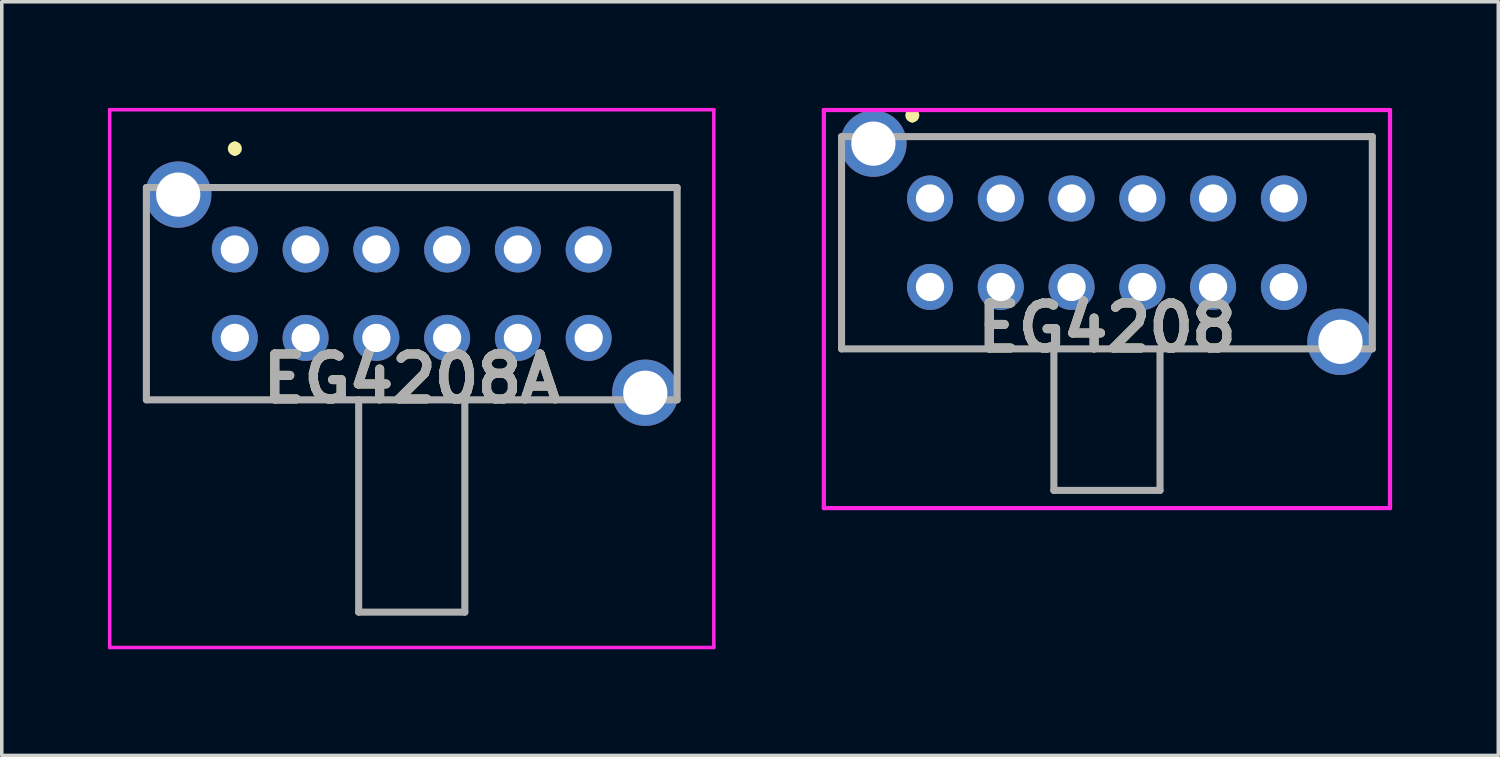
<source format=kicad_pcb>
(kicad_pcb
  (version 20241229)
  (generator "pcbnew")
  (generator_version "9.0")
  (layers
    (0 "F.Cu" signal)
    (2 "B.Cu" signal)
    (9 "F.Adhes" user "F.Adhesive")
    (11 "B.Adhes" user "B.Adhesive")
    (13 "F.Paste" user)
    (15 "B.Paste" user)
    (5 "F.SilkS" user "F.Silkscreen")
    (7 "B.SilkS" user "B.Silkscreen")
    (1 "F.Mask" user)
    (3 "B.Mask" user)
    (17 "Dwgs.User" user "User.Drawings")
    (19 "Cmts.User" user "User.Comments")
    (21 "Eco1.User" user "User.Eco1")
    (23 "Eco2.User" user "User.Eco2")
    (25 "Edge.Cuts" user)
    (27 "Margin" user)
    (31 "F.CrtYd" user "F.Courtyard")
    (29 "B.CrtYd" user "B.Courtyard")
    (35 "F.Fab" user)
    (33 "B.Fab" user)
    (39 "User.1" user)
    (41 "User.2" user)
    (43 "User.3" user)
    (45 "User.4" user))
  (footprint "EG4208A"
    (layer "F.Cu")
    (at 3.587 4)
    (property "Reference" "EG4208A" (at 5 3.65 0) (layer "F.SilkS") (effects (font (size 1.27 1.27) (thickness 0.254))))
    (attr through_hole)
    (fp_line (start -2.5 0) (end -2.5 4.25) (stroke (width 0.1) (type solid)) (layer "F.SilkS"))
    (fp_line (start -2.5 4.25) (end 9.5 4.25) (stroke (width 0.1) (type solid)) (layer "F.SilkS"))
    (fp_line (start 0 -2.95) (end 0 -2.95) (stroke (width 0.2) (type solid)) (layer "F.SilkS"))
    (fp_line (start 0 -2.75) (end 0 -2.75) (stroke (width 0.2) (type solid)) (layer "F.SilkS"))
    (fp_line (start 0.5 -1.75) (end 12.5 -1.75) (stroke (width 0.1) (type solid)) (layer "F.SilkS"))
    (fp_line (start 12.5 -1.75) (end 12.5 2.5) (stroke (width 0.1) (type solid)) (layer "F.SilkS"))
    (fp_arc (start 0 -2.95) (mid 0.1 -2.85) (end 0 -2.75) (stroke (width 0.2) (type solid)) (layer "F.SilkS"))
    (fp_arc (start 0 -2.75) (mid -0.1 -2.85) (end 0 -2.95) (stroke (width 0.2) (type solid)) (layer "F.SilkS"))
    (fp_line (start -3.537 -3.95) (end 13.537 -3.95) (stroke (width 0.1) (type solid)) (layer "F.CrtYd"))
    (fp_line (start -3.537 11.25) (end -3.537 -3.95) (stroke (width 0.1) (type solid)) (layer "F.CrtYd"))
    (fp_line (start 13.537 -3.95) (end 13.537 11.25) (stroke (width 0.1) (type solid)) (layer "F.CrtYd"))
    (fp_line (start 13.537 11.25) (end -3.537 11.25) (stroke (width 0.1) (type solid)) (layer "F.CrtYd"))
    (fp_line (start -2.5 -1.75) (end 12.5 -1.75) (stroke (width 0.2) (type solid)) (layer "F.Fab"))
    (fp_line (start -2.5 4.25) (end -2.5 -1.75) (stroke (width 0.2) (type solid)) (layer "F.Fab"))
    (fp_line (start 3.5 4.25) (end 3.5 10.25) (stroke (width 0.2) (type solid)) (layer "F.Fab"))
    (fp_line (start 3.5 10.25) (end 6.5 10.25) (stroke (width 0.2) (type solid)) (layer "F.Fab"))
    (fp_line (start 6.5 10.25) (end 6.5 4.25) (stroke (width 0.2) (type solid)) (layer "F.Fab"))
    (fp_line (start 12.5 -1.75) (end 12.5 4.25) (stroke (width 0.2) (type solid)) (layer "F.Fab"))
    (fp_line (start 12.5 4.25) (end -2.5 4.25) (stroke (width 0.2) (type solid)) (layer "F.Fab"))
    (fp_text user "${REFERENCE}" (at 5 3.65 0) (layer "F.Fab") (effects (font (size 1.27 1.27) (thickness 0.254))))
    (pad "1" thru_hole circle (at 0 0) (size 1.3 1.3) (drill 0.8) (layers "*.Cu" "*.Mask"))
    (pad "2" thru_hole circle (at 2 0) (size 1.3 1.3) (drill 0.8) (layers "*.Cu" "*.Mask"))
    (pad "3" thru_hole circle (at 4 0) (size 1.3 1.3) (drill 0.8) (layers "*.Cu" "*.Mask"))
    (pad "4" thru_hole circle (at 6 0) (size 1.3 1.3) (drill 0.8) (layers "*.Cu" "*.Mask"))
    (pad "5" thru_hole circle (at 8 0) (size 1.3 1.3) (drill 0.8) (layers "*.Cu" "*.Mask"))
    (pad "6" thru_hole circle (at 10 0) (size 1.3 1.3) (drill 0.8) (layers "*.Cu" "*.Mask"))
    (pad "7" thru_hole circle (at 0 2.5) (size 1.3 1.3) (drill 0.8) (layers "*.Cu" "*.Mask"))
    (pad "8" thru_hole circle (at 2 2.5) (size 1.3 1.3) (drill 0.8) (layers "*.Cu" "*.Mask"))
    (pad "9" thru_hole circle (at 4 2.5) (size 1.3 1.3) (drill 0.8) (layers "*.Cu" "*.Mask"))
    (pad "10" thru_hole circle (at 6 2.5) (size 1.3 1.3) (drill 0.8) (layers "*.Cu" "*.Mask"))
    (pad "11" thru_hole circle (at 8 2.5) (size 1.3 1.3) (drill 0.8) (layers "*.Cu" "*.Mask"))
    (pad "12" thru_hole circle (at 10 2.5) (size 1.3 1.3) (drill 0.8) (layers "*.Cu" "*.Mask"))
    (pad "MH1" thru_hole circle (at -1.6 -1.55) (size 1.875 1.875) (drill 1.25) (layers "*.Cu" "*.Mask"))
    (pad "MH2" thru_hole circle (at 11.6 4.05) (size 1.875 1.875) (drill 1.25) (layers "*.Cu" "*.Mask")))
  (footprint "EG4208"
    (layer "F.Cu")
    (at 23.234 2.56)
    (property "Reference" "EG4208" (at 5 3.65 0) (layer "F.SilkS") (effects (font (size 1.27 1.27) (thickness 0.254))))
    (attr through_hole)
    (fp_line (start -2.5 0) (end -2.5 4.25) (stroke (width 0.1) (type solid)) (layer "F.SilkS"))
    (fp_line (start -2.5 4.25) (end 9.5 4.25) (stroke (width 0.1) (type solid)) (layer "F.SilkS"))
    (fp_line (start -0.5 -2.45) (end -0.5 -2.45) (stroke (width 0.2) (type solid)) (layer "F.SilkS"))
    (fp_line (start -0.5 -2.25) (end -0.5 -2.25) (stroke (width 0.2) (type solid)) (layer "F.SilkS"))
    (fp_line (start 0.5 -1.75) (end 12.5 -1.75) (stroke (width 0.1) (type solid)) (layer "F.SilkS"))
    (fp_line (start 12.5 -1.75) (end 12.5 2.5) (stroke (width 0.1) (type solid)) (layer "F.SilkS"))
    (fp_arc (start -0.5 -2.45) (mid -0.4 -2.35) (end -0.5 -2.25) (stroke (width 0.2) (type solid)) (layer "F.SilkS"))
    (fp_arc (start -0.5 -2.25) (mid -0.6 -2.35) (end -0.5 -2.45) (stroke (width 0.2) (type solid)) (layer "F.SilkS"))
    (fp_line (start -3 -2.5) (end 13 -2.5) (stroke (width 0.12) (type solid)) (layer "F.CrtYd"))
    (fp_line (start -3 8.75) (end -3 -2.5) (stroke (width 0.12) (type solid)) (layer "F.CrtYd"))
    (fp_line (start 13 -2.5) (end 13 8.75) (stroke (width 0.12) (type solid)) (layer "F.CrtYd"))
    (fp_line (start 13 8.75) (end -3 8.75) (stroke (width 0.12) (type solid)) (layer "F.CrtYd"))
    (fp_line (start -2.5 -1.75) (end 12.5 -1.75) (stroke (width 0.2) (type solid)) (layer "F.Fab"))
    (fp_line (start -2.5 4.25) (end -2.5 -1.75) (stroke (width 0.2) (type solid)) (layer "F.Fab"))
    (fp_line (start 3.5 4.25) (end 3.5 8.25) (stroke (width 0.2) (type solid)) (layer "F.Fab"))
    (fp_line (start 3.5 8.25) (end 6.5 8.25) (stroke (width 0.2) (type solid)) (layer "F.Fab"))
    (fp_line (start 6.5 4.25) (end 6.5 8.25) (stroke (width 0.2) (type solid)) (layer "F.Fab"))
    (fp_line (start 12.5 -1.75) (end 12.5 4.25) (stroke (width 0.2) (type solid)) (layer "F.Fab"))
    (fp_line (start 12.5 4.25) (end -2.5 4.25) (stroke (width 0.2) (type solid)) (layer "F.Fab"))
    (fp_text user "${REFERENCE}" (at 5 3.65 0) (layer "F.Fab") (effects (font (size 1.27 1.27) (thickness 0.254))))
    (pad "1" thru_hole circle (at 0 0) (size 1.3 1.3) (drill 0.8) (layers "*.Cu" "*.Mask"))
    (pad "2" thru_hole circle (at 2 0) (size 1.3 1.3) (drill 0.8) (layers "*.Cu" "*.Mask"))
    (pad "3" thru_hole circle (at 4 0) (size 1.3 1.3) (drill 0.8) (layers "*.Cu" "*.Mask"))
    (pad "4" thru_hole circle (at 6 0) (size 1.3 1.3) (drill 0.8) (layers "*.Cu" "*.Mask"))
    (pad "5" thru_hole circle (at 8 0) (size 1.3 1.3) (drill 0.8) (layers "*.Cu" "*.Mask"))
    (pad "6" thru_hole circle (at 10 0) (size 1.3 1.3) (drill 0.8) (layers "*.Cu" "*.Mask"))
    (pad "7" thru_hole circle (at 0 2.5) (size 1.3 1.3) (drill 0.8) (layers "*.Cu" "*.Mask"))
    (pad "8" thru_hole circle (at 2 2.5) (size 1.3 1.3) (drill 0.8) (layers "*.Cu" "*.Mask"))
    (pad "9" thru_hole circle (at 4 2.5) (size 1.3 1.3) (drill 0.8) (layers "*.Cu" "*.Mask"))
    (pad "10" thru_hole circle (at 6 2.5) (size 1.3 1.3) (drill 0.8) (layers "*.Cu" "*.Mask"))
    (pad "11" thru_hole circle (at 8 2.5) (size 1.3 1.3) (drill 0.8) (layers "*.Cu" "*.Mask"))
    (pad "12" thru_hole circle (at 10 2.5) (size 1.3 1.3) (drill 0.8) (layers "*.Cu" "*.Mask"))
    (pad "MH1" thru_hole circle (at -1.6 -1.55) (size 1.875 1.875) (drill 1.25) (layers "*.Cu" "*.Mask"))
    (pad "MH2" thru_hole circle (at 11.6 4.05) (size 1.875 1.875) (drill 1.25) (layers "*.Cu" "*.Mask")))
  (gr_rect
    (start -3 -3)
    (end 39.294 18.3)
    (stroke (width 0.1) (type default))
    (fill no)
    (layer "Edge.Cuts")))
</source>
